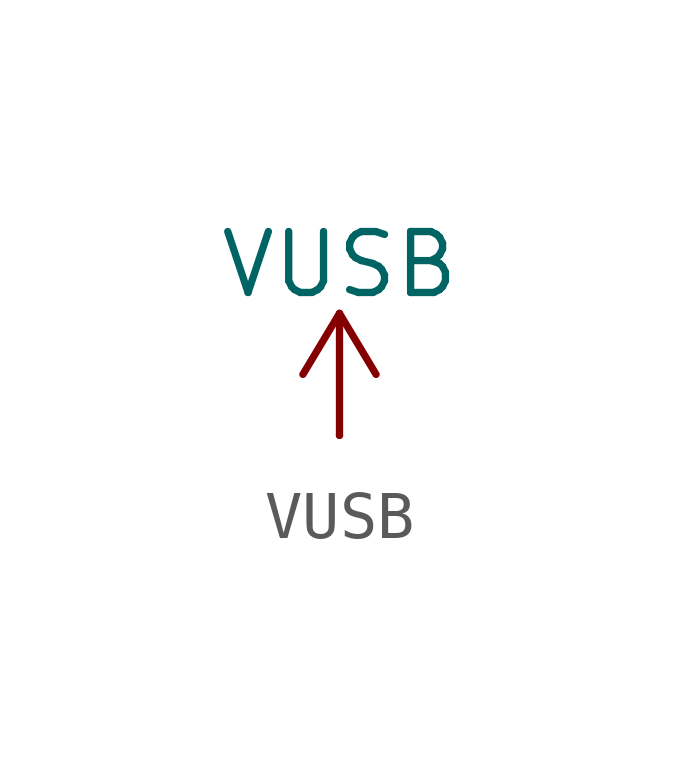
<source format=kicad_sym>
(kicad_symbol_lib
  (version 20231120)
  (generator "kicad_symbol_editor")
  (generator_version "8.0")
  (symbol "VUSB"
    (power)
    (pin_numbers hide)
    (pin_names
      (offset 0) hide)
    (property "Reference" "#PWR"
      (at 0 -3.81 0)
      (effects (font (size 1.27 1.27)) (hide yes)))
    (property "Value" "VUSB"
      (at 0 3.556 0)
      (effects (font (size 1.27 1.27))))
    (symbol "VUSB_0_1"
      (polyline (pts (xy -0.762 1.27) (xy 0 2.54)) (stroke (width 0) (type default)) (fill (type none)))
      (polyline (pts (xy 0 0) (xy 0 2.54)) (stroke (width 0) (type default)) (fill (type none)))
      (polyline (pts (xy 0 2.54) (xy 0.762 1.27)) (stroke (width 0) (type default)) (fill (type none))))
    (symbol "VUSB_1_1"
      (pin power_in line (at 0 0 90) (length 0) (name "~" (effects (font (size 1.27 1.27)))) (number "1" (effects (font (size 1.27 1.27))))))))
</source>
